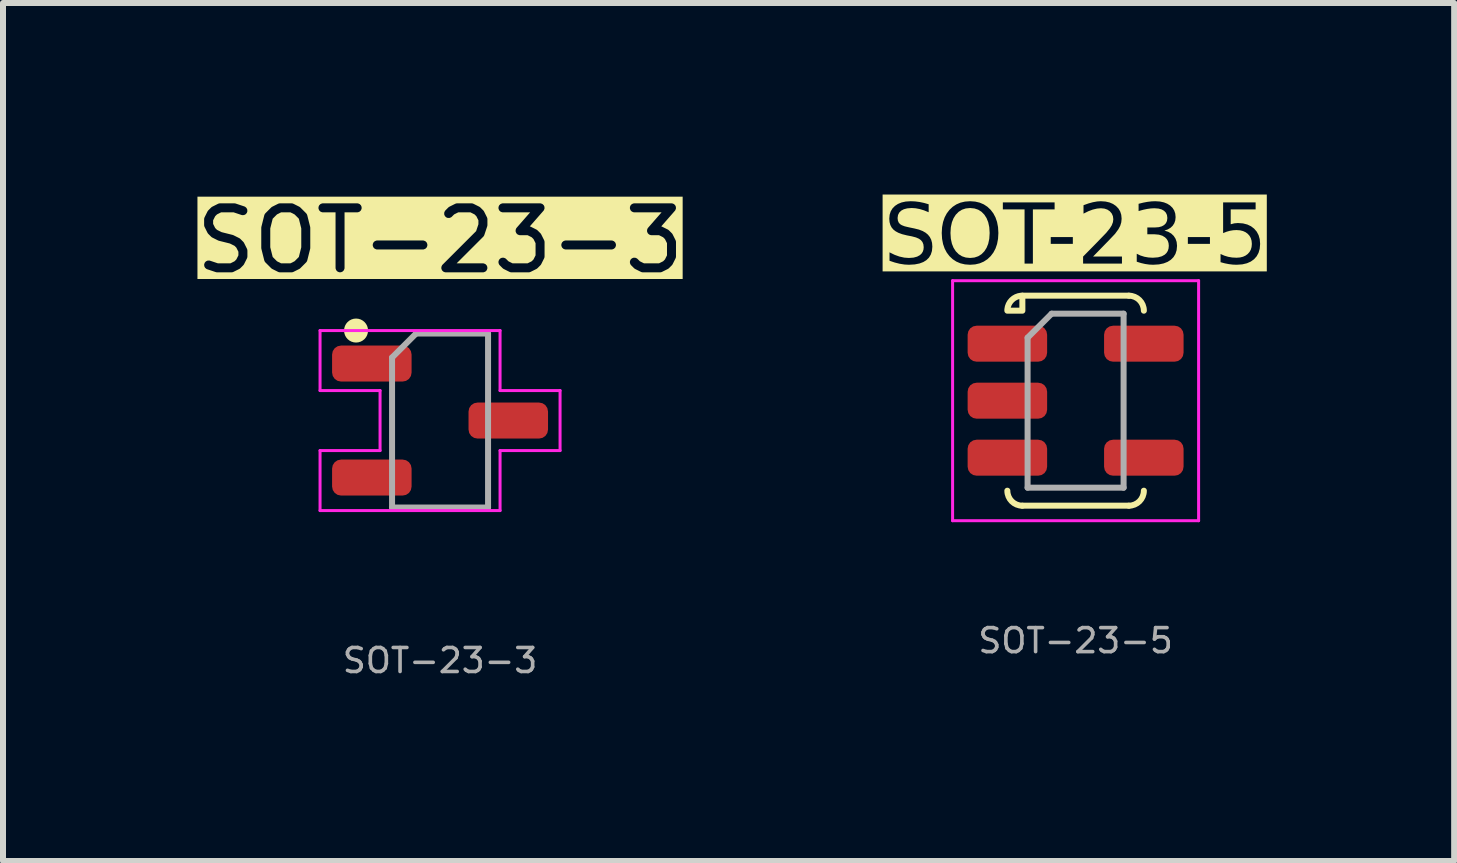
<source format=kicad_pcb>
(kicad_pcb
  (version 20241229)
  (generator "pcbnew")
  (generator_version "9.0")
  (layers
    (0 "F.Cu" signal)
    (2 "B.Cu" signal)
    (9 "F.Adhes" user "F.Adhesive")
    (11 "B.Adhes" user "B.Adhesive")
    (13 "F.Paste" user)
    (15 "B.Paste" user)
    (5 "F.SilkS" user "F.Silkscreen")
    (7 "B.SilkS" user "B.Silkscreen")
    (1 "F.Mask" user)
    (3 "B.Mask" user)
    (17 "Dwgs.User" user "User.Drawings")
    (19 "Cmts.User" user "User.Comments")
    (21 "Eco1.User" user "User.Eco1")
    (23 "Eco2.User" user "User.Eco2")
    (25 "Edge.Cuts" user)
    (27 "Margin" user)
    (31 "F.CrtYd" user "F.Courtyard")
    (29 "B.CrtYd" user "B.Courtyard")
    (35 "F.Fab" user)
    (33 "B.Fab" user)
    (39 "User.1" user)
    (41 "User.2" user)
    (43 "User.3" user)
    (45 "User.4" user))
  (footprint "SOT-23-3"
    (layer "F.Cu")
    (at 4.284 3.959)
    (property "Reference" "SOT-23-3" (at 0 -3 0) (layer "F.SilkS" knockout) (effects (font (size 1 1) (thickness 0.15))))
    (attr smd)
    (fp_circle (center -1.4 -1.5) (end -1.3 -1.5) (stroke (width 0.2) (type solid)) (fill no) (layer "F.SilkS"))
    (fp_line (start -2 -1.5) (end 1 -1.5) (stroke (width 0.05) (type default)) (layer "F.CrtYd"))
    (fp_line (start -2 -0.5) (end -2 -1.5) (stroke (width 0.05) (type default)) (layer "F.CrtYd"))
    (fp_line (start -2 0.5) (end -1 0.5) (stroke (width 0.05) (type default)) (layer "F.CrtYd"))
    (fp_line (start -2 1.5) (end -2 0.5) (stroke (width 0.05) (type default)) (layer "F.CrtYd"))
    (fp_line (start -1 -0.5) (end -2 -0.5) (stroke (width 0.05) (type default)) (layer "F.CrtYd"))
    (fp_line (start -1 0.5) (end -1 -0.5) (stroke (width 0.05) (type default)) (layer "F.CrtYd"))
    (fp_line (start 1 -1.5) (end 1 -0.5) (stroke (width 0.05) (type default)) (layer "F.CrtYd"))
    (fp_line (start 1 -0.5) (end 2 -0.5) (stroke (width 0.05) (type default)) (layer "F.CrtYd"))
    (fp_line (start 1 0.5) (end 1 1.5) (stroke (width 0.05) (type default)) (layer "F.CrtYd"))
    (fp_line (start 1 1.5) (end -2 1.5) (stroke (width 0.05) (type default)) (layer "F.CrtYd"))
    (fp_line (start 2 -0.5) (end 2 0.5) (stroke (width 0.05) (type default)) (layer "F.CrtYd"))
    (fp_line (start 2 0.5) (end 1 0.5) (stroke (width 0.05) (type default)) (layer "F.CrtYd"))
    (fp_line (start -0.8 -1.05) (end -0.4 -1.45) (stroke (width 0.1) (type solid)) (layer "F.Fab"))
    (fp_line (start -0.8 1.45) (end -0.8 -1.05) (stroke (width 0.1) (type solid)) (layer "F.Fab"))
    (fp_line (start -0.4 -1.45) (end 0.8 -1.45) (stroke (width 0.1) (type solid)) (layer "F.Fab"))
    (fp_line (start 0.8 -1.45) (end 0.8 1.45) (stroke (width 0.1) (type solid)) (layer "F.Fab"))
    (fp_line (start 0.8 1.45) (end -0.8 1.45) (stroke (width 0.1) (type solid)) (layer "F.Fab"))
    (fp_text user "${REFERENCE}" (at 0 4 0) (layer "F.Fab") (effects (font (size 0.4 0.4) (thickness 0.06))))
    (pad "1" smd roundrect (at -1.137 -0.95) (size 1.325 0.6) (layers "F.Cu" "F.Mask" "F.Paste") (roundrect_rratio 0.25))
    (pad "2" smd roundrect (at -1.137 0.95) (size 1.325 0.6) (layers "F.Cu" "F.Mask" "F.Paste") (roundrect_rratio 0.25))
    (pad "3" smd roundrect (at 1.137 0) (size 1.325 0.6) (layers "F.Cu" "F.Mask" "F.Paste") (roundrect_rratio 0.25)))
  (footprint "SOT-23-5"
    (layer "F.Cu")
    (at 14.876 3.628)
    (property "Reference" "SOT-23-5" (at 0 -2.7 0) (layer "F.SilkS" knockout) (effects (font (face "Futura") (size 1 1) (thickness 0.15))))
    (attr smd)
    (fp_line (start -0.887 -1.75) (end 0.887 -1.75) (stroke (width 0.1) (type default)) (layer "F.SilkS"))
    (fp_line (start -0.887 1.75) (end 0.887 1.75) (stroke (width 0.1) (type default)) (layer "F.SilkS"))
    (fp_arc (start -0.8875 1.75) (mid -1.064277 1.676777) (end -1.1375 1.5) (stroke (width 0.1) (type default)) (layer "F.SilkS"))
    (fp_arc (start 0.8875 -1.75) (mid 1.064277 -1.676777) (end 1.1375 -1.5) (stroke (width 0.1) (type default)) (layer "F.SilkS"))
    (fp_arc (start 1.1375 1.5) (mid 1.064277 1.676777) (end 0.8875 1.75) (stroke (width 0.1) (type default)) (layer "F.SilkS"))
    (fp_poly (pts (arc (start -0.8875 -1.75) (mid -1.064277 -1.676777) (end -1.1375 -1.5)) (xy -0.887 -1.5)) (stroke (width 0.1) (type solid)) (fill no) (layer "F.SilkS"))
    (fp_line (start -2.05 -2) (end -2.05 2) (stroke (width 0.05) (type solid)) (layer "F.CrtYd"))
    (fp_line (start -2.05 2) (end 2.05 2) (stroke (width 0.05) (type solid)) (layer "F.CrtYd"))
    (fp_line (start 2.05 -2) (end -2.05 -2) (stroke (width 0.05) (type solid)) (layer "F.CrtYd"))
    (fp_line (start 2.05 2) (end 2.05 -2) (stroke (width 0.05) (type solid)) (layer "F.CrtYd"))
    (fp_line (start -0.8 -1.05) (end -0.4 -1.45) (stroke (width 0.1) (type solid)) (layer "F.Fab"))
    (fp_line (start -0.8 1.45) (end -0.8 -1.05) (stroke (width 0.1) (type solid)) (layer "F.Fab"))
    (fp_line (start -0.4 -1.45) (end 0.8 -1.45) (stroke (width 0.1) (type solid)) (layer "F.Fab"))
    (fp_line (start 0.8 -1.45) (end 0.8 1.45) (stroke (width 0.1) (type solid)) (layer "F.Fab"))
    (fp_line (start 0.8 1.45) (end -0.8 1.45) (stroke (width 0.1) (type solid)) (layer "F.Fab"))
    (fp_text user "${REFERENCE}" (at 0 4 0) (layer "F.Fab") (effects (font (size 0.4 0.4) (thickness 0.06))))
    (pad "1" smd roundrect (at -1.137 -0.95) (size 1.325 0.6) (layers "F.Cu" "F.Mask" "F.Paste") (roundrect_rratio 0.25))
    (pad "2" smd roundrect (at -1.137 0) (size 1.325 0.6) (layers "F.Cu" "F.Mask" "F.Paste") (roundrect_rratio 0.25))
    (pad "3" smd roundrect (at -1.137 0.95) (size 1.325 0.6) (layers "F.Cu" "F.Mask" "F.Paste") (roundrect_rratio 0.25))
    (pad "4" smd roundrect (at 1.137 0.95) (size 1.325 0.6) (layers "F.Cu" "F.Mask" "F.Paste") (roundrect_rratio 0.25))
    (pad "5" smd roundrect (at 1.137 -0.95) (size 1.325 0.6) (layers "F.Cu" "F.Mask" "F.Paste") (roundrect_rratio 0.25)))
  (gr_rect
    (start -3 -3)
    (end 21.185 11.299)
    (stroke (width 0.1) (type default))
    (fill no)
    (layer "Edge.Cuts")))
</source>
